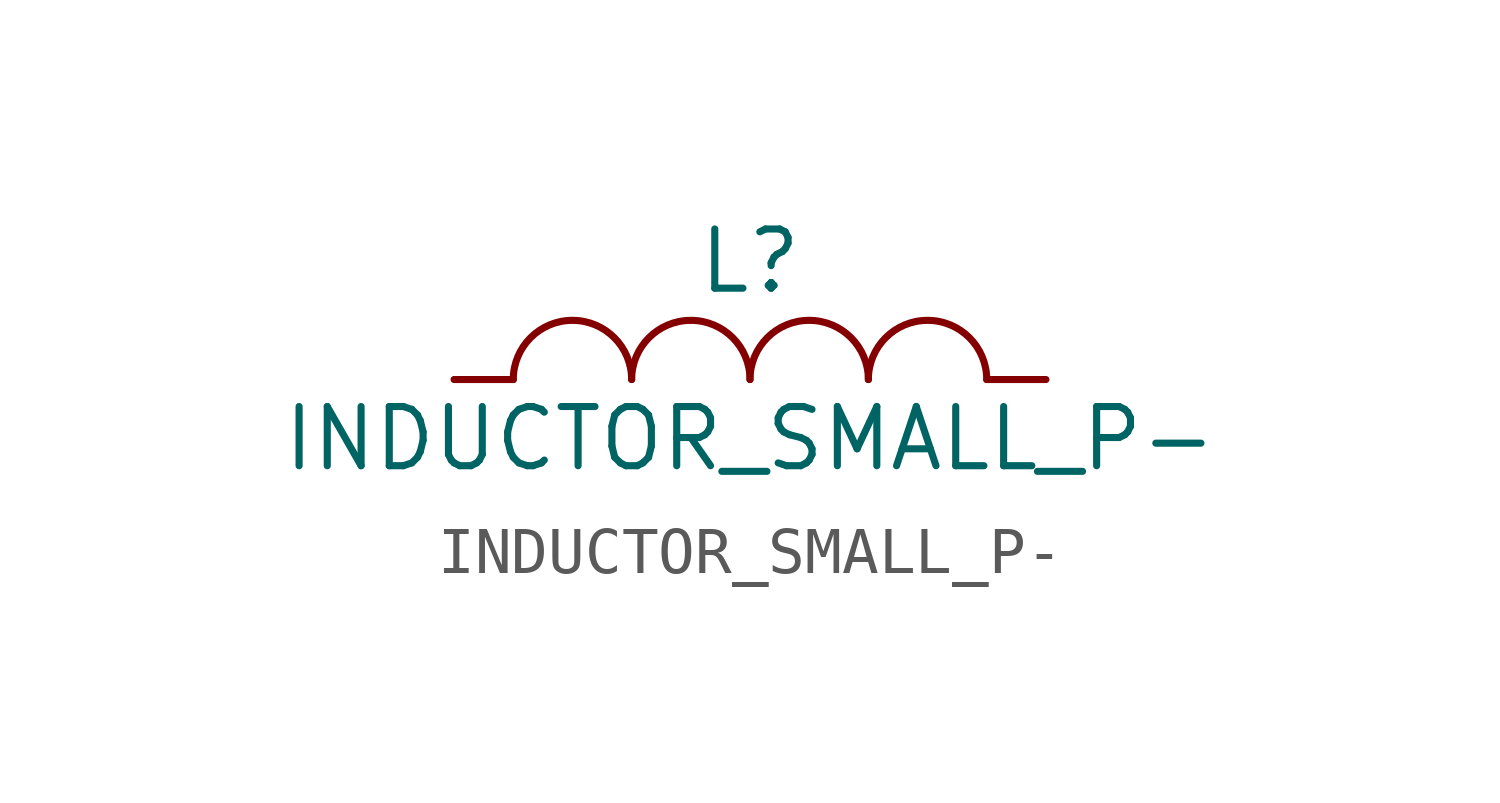
<source format=kicad_sym>
(kicad_symbol_lib
  (version 20220914)
  (generator kicad_symbol_editor)
  (symbol "INDUCTOR_SMALL_P-"
    (pin_numbers hide)
    (pin_names
      (offset 0) hide)
    (property "Reference" "L"
      (at 0 2.54 0)
      (effects (font (size 1.27 1.27))))
    (property "Value" "INDUCTOR_SMALL_P-"
      (at 0 -1.27 0)
      (effects (font (size 1.27 1.27))))
    (property "Footprint" ""
      (at 0 0 0)
      (effects (font (size 1.27 1.27))))
    (property "Datasheet" ""
      (at 0 0 0)
      (effects (font (size 1.27 1.27))))
    (symbol "INDUCTOR_SMALL_P-_0_1"
      (arc (start -2.54 0) (mid -3.81 1.2645) (end -5.08 0) (stroke (width 0) (type solid)) (fill (type none)))
      (arc (start 0 0) (mid -1.27 1.2645) (end -2.54 0) (stroke (width 0) (type solid)) (fill (type none)))
      (arc (start 2.54 0) (mid 1.27 1.2645) (end 0 0) (stroke (width 0) (type solid)) (fill (type none)))
      (arc (start 5.08 0) (mid 3.81 1.2645) (end 2.54 0) (stroke (width 0) (type solid)) (fill (type none))))
    (symbol "INDUCTOR_SMALL_P-_1_1"
      (pin passive line (at -6.35 0 0) (length 1.27) (name "1" (effects (font (size 0.762 0.762)))) (number "1" (effects (font (size 0.762 0.762)))))
      (pin passive line (at 6.35 0 180) (length 1.27) (name "2" (effects (font (size 0.762 0.762)))) (number "2" (effects (font (size 0.762 0.762))))))))
</source>
